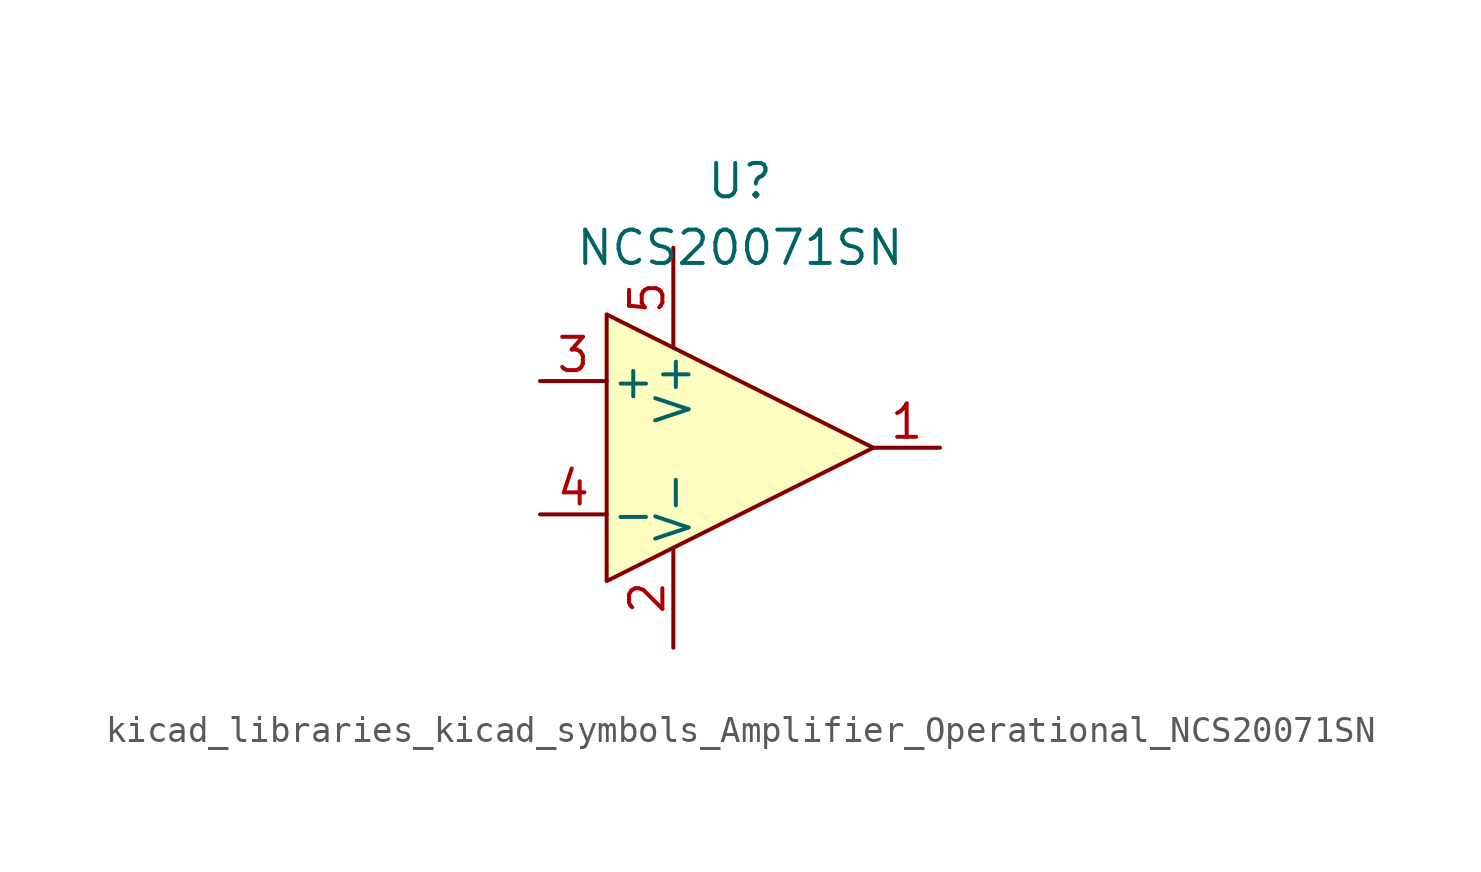
<source format=kicad_sym>
(kicad_symbol_lib
  (version 20220914)
  (generator kicad_symbol_editor)
  (symbol "kicad_libraries_kicad_symbols_Amplifier_Operational_NCS20071SN"
    (pin_names
      (offset 0.127))
    (property "Reference" "U"
      (at 0 10.16 0)
      (effects (font (size 1.27 1.27))))
    (property "Value" "NCS20071SN"
      (at 0 7.62 0)
      (effects (font (size 1.27 1.27))))
    (symbol "kicad_libraries_kicad_symbols_Amplifier_Operational_NCS20071SN_1_1"
      (polyline (pts (xy 5.08 0) (xy -5.08 5.08) (xy -5.08 -5.08) (xy 5.08 0)) (stroke (width 0) (type default)) (fill (type background)))
      (pin output line (at 7.62 0 180) (length 2.54) (name "~" (effects (font (size 1.27 1.27)))) (number "1" (effects (font (size 1.27 1.27)))))
      (pin power_in line (at -2.54 -7.62 90) (length 3.81) (name "V-" (effects (font (size 1.27 1.27)))) (number "2" (effects (font (size 1.27 1.27)))))
      (pin input line (at -7.62 2.54 0) (length 2.54) (name "+" (effects (font (size 1.27 1.27)))) (number "3" (effects (font (size 1.27 1.27)))))
      (pin input line (at -7.62 -2.54 0) (length 2.54) (name "-" (effects (font (size 1.27 1.27)))) (number "4" (effects (font (size 1.27 1.27)))))
      (pin power_in line (at -2.54 7.62 270) (length 3.81) (name "V+" (effects (font (size 1.27 1.27)))) (number "5" (effects (font (size 1.27 1.27))))))))
</source>
